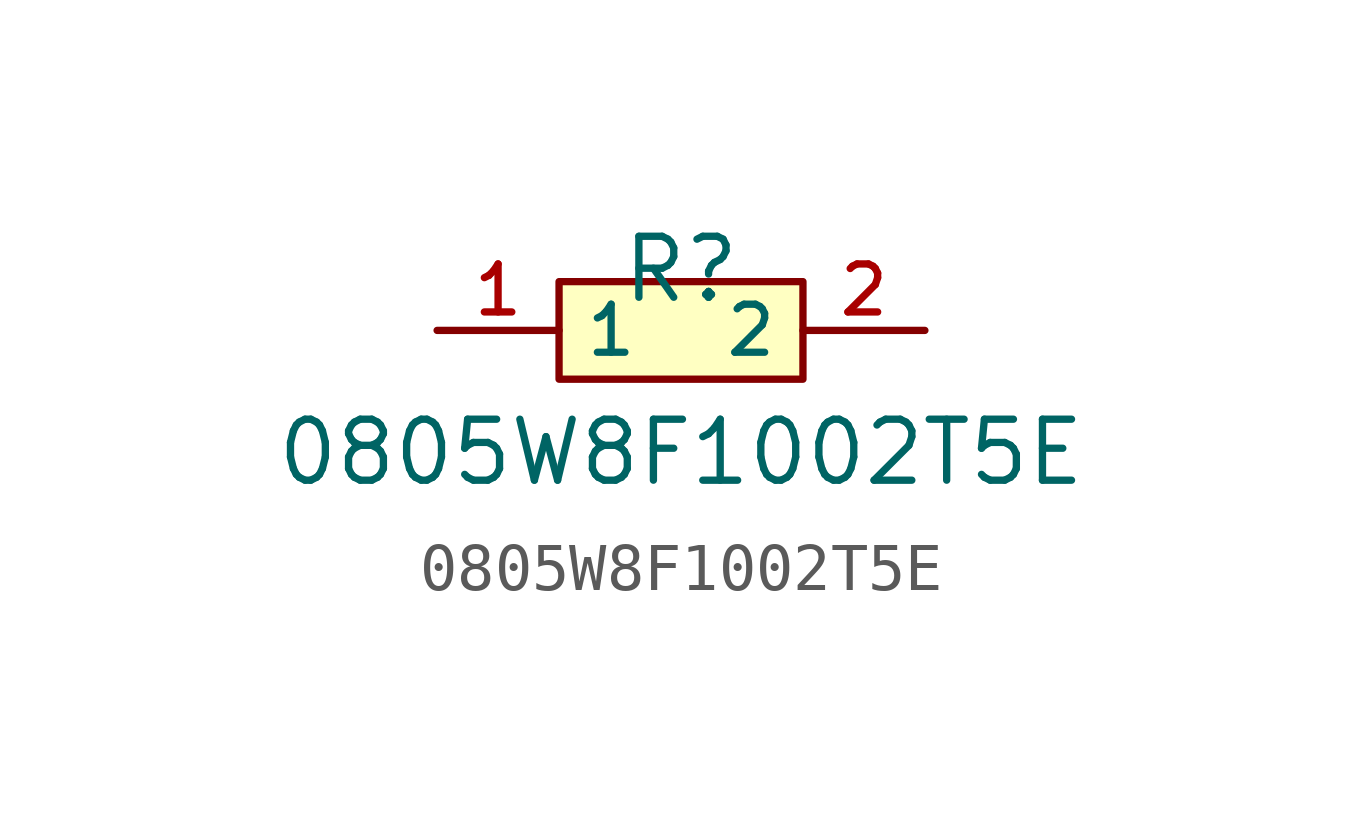
<source format=kicad_sym>
(kicad_symbol_lib
  (version 20231120)
  (generator "kicad_symbol_editor")
  (generator_version "8.0")
  (symbol "0805W8F1002T5E"
    (property "Reference" "R"
      (at 0 1.27 0)
      (effects (font (size 1.27 1.27))))
    (property "Value" "0805W8F1002T5E"
      (at 0 -2.54 0)
      (effects (font (size 1.27 1.27))))
    (symbol "0805W8F1002T5E_0_1"
      (pin input line (at 5.08 -0.0 180) (length 2.54) (name "2" (effects (font (size 1 1)))) (number "2" (effects (font (size 1 1)))))
      (pin input line (at -5.08 -0.0 0) (length 2.54) (name "1" (effects (font (size 1 1)))) (number "1" (effects (font (size 1 1)))))
      (rectangle (start -2.54 1.016) (end 2.54 -1.016) (stroke (width 0) (type default) (color 0 0 0 0)) (fill (type background))))))
</source>
